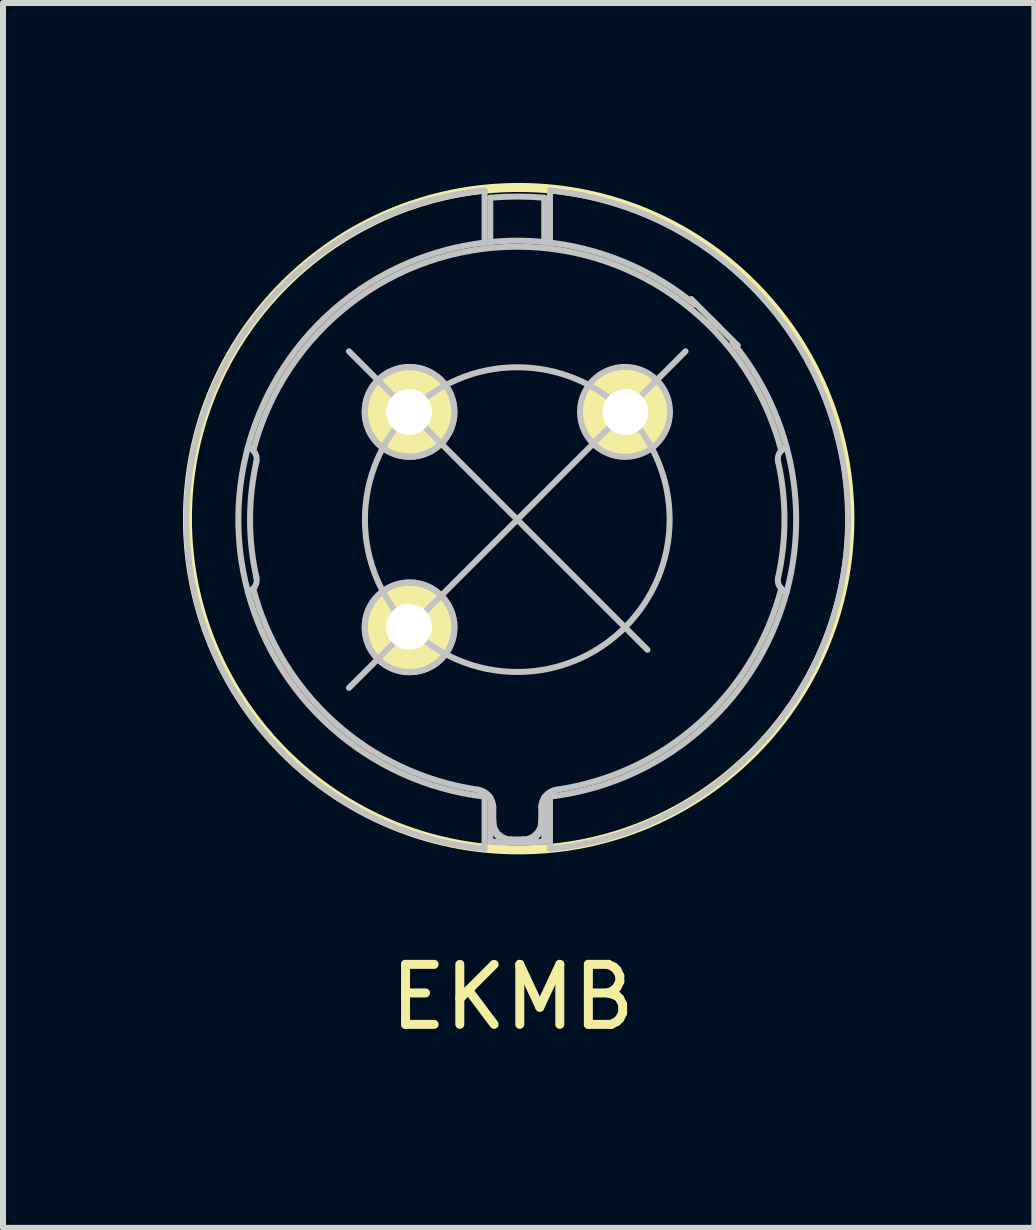
<source format=kicad_pcb>
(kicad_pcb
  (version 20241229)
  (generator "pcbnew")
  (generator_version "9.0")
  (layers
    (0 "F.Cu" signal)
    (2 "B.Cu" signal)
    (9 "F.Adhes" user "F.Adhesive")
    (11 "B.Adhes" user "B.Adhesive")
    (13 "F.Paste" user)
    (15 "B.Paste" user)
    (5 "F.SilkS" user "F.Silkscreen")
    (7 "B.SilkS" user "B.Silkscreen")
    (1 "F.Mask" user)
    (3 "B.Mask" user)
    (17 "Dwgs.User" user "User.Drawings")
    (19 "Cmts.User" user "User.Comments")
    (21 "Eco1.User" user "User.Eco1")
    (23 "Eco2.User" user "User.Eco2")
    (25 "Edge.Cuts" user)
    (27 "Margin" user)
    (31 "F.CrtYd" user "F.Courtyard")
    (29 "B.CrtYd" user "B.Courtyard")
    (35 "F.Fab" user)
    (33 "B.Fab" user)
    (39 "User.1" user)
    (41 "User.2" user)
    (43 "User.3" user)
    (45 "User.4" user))
  (footprint "EKMB"
    (layer "F.Cu")
    (at 5.497 5.597)
    (property "Reference" "EKMB" (at 0 7.976 0) (layer "F.SilkS") (effects (font (size 1 1) (thickness 0.15))))
    (attr through_hole)
    (fp_circle (center 0.1 0) (end 4.6 3.2) (stroke (width 0.15) (type solid)) (fill no) (layer "F.SilkS"))
    (fp_line (start -1.633 -1.035) (end -1.633 -1.04) (stroke (width 0.1) (type solid)) (layer "Dwgs.User"))
    (fp_line (start -1.633 1.072) (end -1.633 1.067) (stroke (width 0.1) (type solid)) (layer "Dwgs.User"))
    (fp_line (start -0.979 -1.694) (end -0.974 -1.694) (stroke (width 0.1) (type solid)) (layer "Dwgs.User"))
    (fp_line (start -0.974 1.726) (end -0.979 1.726) (stroke (width 0.1) (type solid)) (layer "Dwgs.User"))
    (fp_line (start -0.468 -5.472) (end -0.468 -4.602) (stroke (width 0.1) (type solid)) (layer "Dwgs.User"))
    (fp_line (start -0.468 5.504) (end -0.468 4.634) (stroke (width 0.1) (type solid)) (layer "Dwgs.User"))
    (fp_line (start -0.373 -5.351) (end -0.373 -4.617) (stroke (width 0.1) (type solid)) (layer "Dwgs.User"))
    (fp_line (start -0.373 5.383) (end -0.373 4.649) (stroke (width 0.1) (type solid)) (layer "Dwgs.User"))
    (fp_line (start -0.323 4.815) (end -0.323 5.048) (stroke (width 0.1) (type solid)) (layer "Dwgs.User"))
    (fp_line (start -0.323 5.048) (end -0.323 5.116) (stroke (width 0.1) (type solid)) (layer "Dwgs.User"))
    (fp_line (start -0.073 5.366) (end 0.227 5.366) (stroke (width 0.1) (type solid)) (layer "Dwgs.User"))
    (fp_line (start -0.023 5.348) (end 0.177 5.348) (stroke (width 0.1) (type solid)) (layer "Dwgs.User"))
    (fp_line (start 0.077 0.016) (end -2.729 2.821) (stroke (width 0.1) (type solid)) (layer "Dwgs.User"))
    (fp_line (start 0.077 0.016) (end 2.882 -2.79) (stroke (width 0.1) (type solid)) (layer "Dwgs.User"))
    (fp_line (start 0.477 5.048) (end 0.477 4.815) (stroke (width 0.1) (type solid)) (layer "Dwgs.User"))
    (fp_line (start 0.477 5.116) (end 0.477 5.048) (stroke (width 0.1) (type solid)) (layer "Dwgs.User"))
    (fp_line (start 0.527 -5.351) (end 0.527 -4.617) (stroke (width 0.1) (type solid)) (layer "Dwgs.User"))
    (fp_line (start 0.527 5.383) (end 0.527 4.649) (stroke (width 0.1) (type solid)) (layer "Dwgs.User"))
    (fp_line (start 0.622 -5.472) (end 0.622 -4.602) (stroke (width 0.1) (type solid)) (layer "Dwgs.User"))
    (fp_line (start 0.622 5.504) (end 0.622 4.634) (stroke (width 0.1) (type solid)) (layer "Dwgs.User"))
    (fp_line (start 2.247 2.186) (end -2.729 -2.79) (stroke (width 0.1) (type solid)) (layer "Dwgs.User"))
    (fp_line (start 2.979 -3.658) (end 2.957 -3.635) (stroke (width 0.1) (type solid)) (layer "Dwgs.User"))
    (fp_line (start 3.047 -3.59) (end 3.031 -3.575) (stroke (width 0.1) (type solid)) (layer "Dwgs.User"))
    (fp_line (start 3.683 -2.954) (end 3.668 -2.939) (stroke (width 0.1) (type solid)) (layer "Dwgs.User"))
    (fp_line (start 3.75 -2.887) (end 2.979 -3.658) (stroke (width 0.1) (type solid)) (layer "Dwgs.User"))
    (fp_line (start 3.75 -2.887) (end 3.727 -2.864) (stroke (width 0.1) (type solid)) (layer "Dwgs.User"))
    (fp_arc (start -4.415525 -1.187788) (mid -4.296247 -1.098259) (end -4.27208 -0.951091) (stroke (width 0.1) (type solid)) (layer "Dwgs.User"))
    (fp_arc (start -4.325228 -1.135382) (mid 0.076708 -4.534097) (end 4.478644 -1.135383) (stroke (width 0.1) (type solid)) (layer "Dwgs.User"))
    (fp_arc (start -4.272064 0.982965) (mid -4.296266 1.130094) (end -4.415525 1.219592) (stroke (width 0.1) (type solid)) (layer "Dwgs.User"))
    (fp_arc (start -4.272012 0.983194) (mid -4.378291 0.015984) (end -4.272048 -0.95123) (stroke (width 0.1) (type solid)) (layer "Dwgs.User"))
    (fp_arc (start -0.579993 4.518261) (mid -0.396367 4.618893) (end -0.323292 4.81512) (stroke (width 0.1) (type solid)) (layer "Dwgs.User"))
    (fp_arc (start -0.579993 4.518262) (mid -2.957246 3.406716) (end -4.325228 1.167187) (stroke (width 0.1) (type solid)) (layer "Dwgs.User"))
    (fp_arc (start -0.468292 -4.602049) (mid -0.422714 -4.6072) (end -0.377087 -4.611902) (stroke (width 0.1) (type solid)) (layer "Dwgs.User"))
    (fp_arc (start -0.468292 4.633854) (mid -4.219332 -1.763577) (end 2.956721 -3.634855) (stroke (width 0.1) (type solid)) (layer "Dwgs.User"))
    (fp_arc (start -0.468292 5.503907) (mid -5.438292 0.015902) (end -0.468292 -5.472103) (stroke (width 0.1) (type solid)) (layer "Dwgs.User"))
    (fp_arc (start -0.377087 4.643706) (mid -0.422714 4.639005) (end -0.468292 4.633853) (stroke (width 0.1) (type solid)) (layer "Dwgs.User"))
    (fp_arc (start -0.373292 -5.351196) (mid 0.076708 -5.370028) (end 0.526708 -5.351196) (stroke (width 0.1) (type solid)) (layer "Dwgs.User"))
    (fp_arc (start -0.073292 5.365902) (mid -0.250069 5.292679) (end -0.323292 5.115902) (stroke (width 0.1) (type solid)) (layer "Dwgs.User"))
    (fp_arc (start -0.023292 5.348285) (mid -0.235424 5.260417) (end -0.323292 5.048285) (stroke (width 0.1) (type solid)) (layer "Dwgs.User"))
    (fp_arc (start 0.476708 4.81512) (mid 0.549783 4.618893) (end 0.733409 4.518261) (stroke (width 0.1) (type solid)) (layer "Dwgs.User"))
    (fp_arc (start 0.476708 5.048285) (mid 0.38884 5.260417) (end 0.176708 5.348285) (stroke (width 0.1) (type solid)) (layer "Dwgs.User"))
    (fp_arc (start 0.476708 5.115902) (mid 0.403485 5.292679) (end 0.226708 5.365902) (stroke (width 0.1) (type solid)) (layer "Dwgs.User"))
    (fp_arc (start 0.526708 5.383) (mid 0.076708 5.401832) (end -0.373292 5.383) (stroke (width 0.1) (type solid)) (layer "Dwgs.User"))
    (fp_arc (start 0.530503 -4.611902) (mid 0.57613 -4.607201) (end 0.621708 -4.602049) (stroke (width 0.1) (type solid)) (layer "Dwgs.User"))
    (fp_arc (start 0.621708 -5.472103) (mid 5.591708 0.015902) (end 0.621708 5.503907) (stroke (width 0.1) (type solid)) (layer "Dwgs.User"))
    (fp_arc (start 0.621708 4.633853) (mid 0.57613 4.639004) (end 0.530503 4.643706) (stroke (width 0.1) (type solid)) (layer "Dwgs.User"))
    (fp_arc (start 2.956721 -3.634855) (mid 2.994076 -3.605073) (end 3.031124 -3.57491) (stroke (width 0.1) (type solid)) (layer "Dwgs.User"))
    (fp_arc (start 3.297647 -3.33791) (mid 3.364754 -3.272145) (end 3.430519 -3.205038) (stroke (width 0.1) (type solid)) (layer "Dwgs.User"))
    (fp_arc (start 3.66752 -2.938514) (mid 3.697684 -2.901467) (end 3.727465 -2.864111) (stroke (width 0.1) (type solid)) (layer "Dwgs.User"))
    (fp_arc (start 3.727465 -2.864111) (mid 4.372748 1.795379) (end 0.621708 4.633853) (stroke (width 0.1) (type solid)) (layer "Dwgs.User"))
    (fp_arc (start 4.425479 -0.951161) (mid 4.449681 -1.09829) (end 4.56894 -1.187788) (stroke (width 0.1) (type solid)) (layer "Dwgs.User"))
    (fp_arc (start 4.425485 -0.951136) (mid 4.531708 0.015833) (end 4.425515 0.982805) (stroke (width 0.1) (type solid)) (layer "Dwgs.User"))
    (fp_arc (start 4.478645 1.167187) (mid 3.110663 3.406717) (end 0.733409 4.518262) (stroke (width 0.1) (type solid)) (layer "Dwgs.User"))
    (fp_arc (start 4.56894 1.219592) (mid 4.449662 1.130063) (end 4.425495 0.982895) (stroke (width 0.1) (type solid)) (layer "Dwgs.User"))
    (fp_circle (center -1.719 -1.78) (end -1.494 -1.78) (stroke (width 0.1) (type solid)) (fill no) (layer "Dwgs.User"))
    (fp_circle (center -1.719 -1.78) (end -0.974 -1.78) (stroke (width 0.1) (type solid)) (fill no) (layer "Dwgs.User"))
    (fp_circle (center -1.719 -1.78) (end -0.969 -1.78) (stroke (width 0.1) (type solid)) (fill no) (layer "Dwgs.User"))
    (fp_circle (center -1.719 1.812) (end -1.494 1.812) (stroke (width 0.1) (type solid)) (fill no) (layer "Dwgs.User"))
    (fp_circle (center -1.719 1.812) (end -0.974 1.812) (stroke (width 0.1) (type solid)) (fill no) (layer "Dwgs.User"))
    (fp_circle (center -1.719 1.812) (end -0.969 1.812) (stroke (width 0.1) (type solid)) (fill no) (layer "Dwgs.User"))
    (fp_circle (center 0.077 0.016) (end 2.617 0.016) (stroke (width 0.1) (type solid)) (fill no) (layer "Dwgs.User"))
    (fp_circle (center 1.873 -1.78) (end 2.098 -1.78) (stroke (width 0.1) (type solid)) (fill no) (layer "Dwgs.User"))
    (fp_circle (center 1.873 -1.78) (end 2.623 -1.78) (stroke (width 0.1) (type solid)) (fill no) (layer "Dwgs.User"))
    (pad "1" thru_hole circle (at -1.727 -1.778) (size 1.524 1.524) (drill 0.762) (layers "*.Cu" "*.Mask" "F.SilkS"))
    (pad "2" thru_hole circle (at 1.88 -1.778) (size 1.524 1.524) (drill 0.762) (layers "*.Cu" "*.Mask" "F.SilkS"))
    (pad "3" thru_hole circle (at -1.727 1.803) (size 1.524 1.524) (drill 0.762) (layers "*.Cu" "*.Mask" "F.SilkS")))
  (gr_rect
    (start -3 -3)
    (end 14.194 17.421)
    (stroke (width 0.1) (type default))
    (fill no)
    (layer "Edge.Cuts")))
</source>
